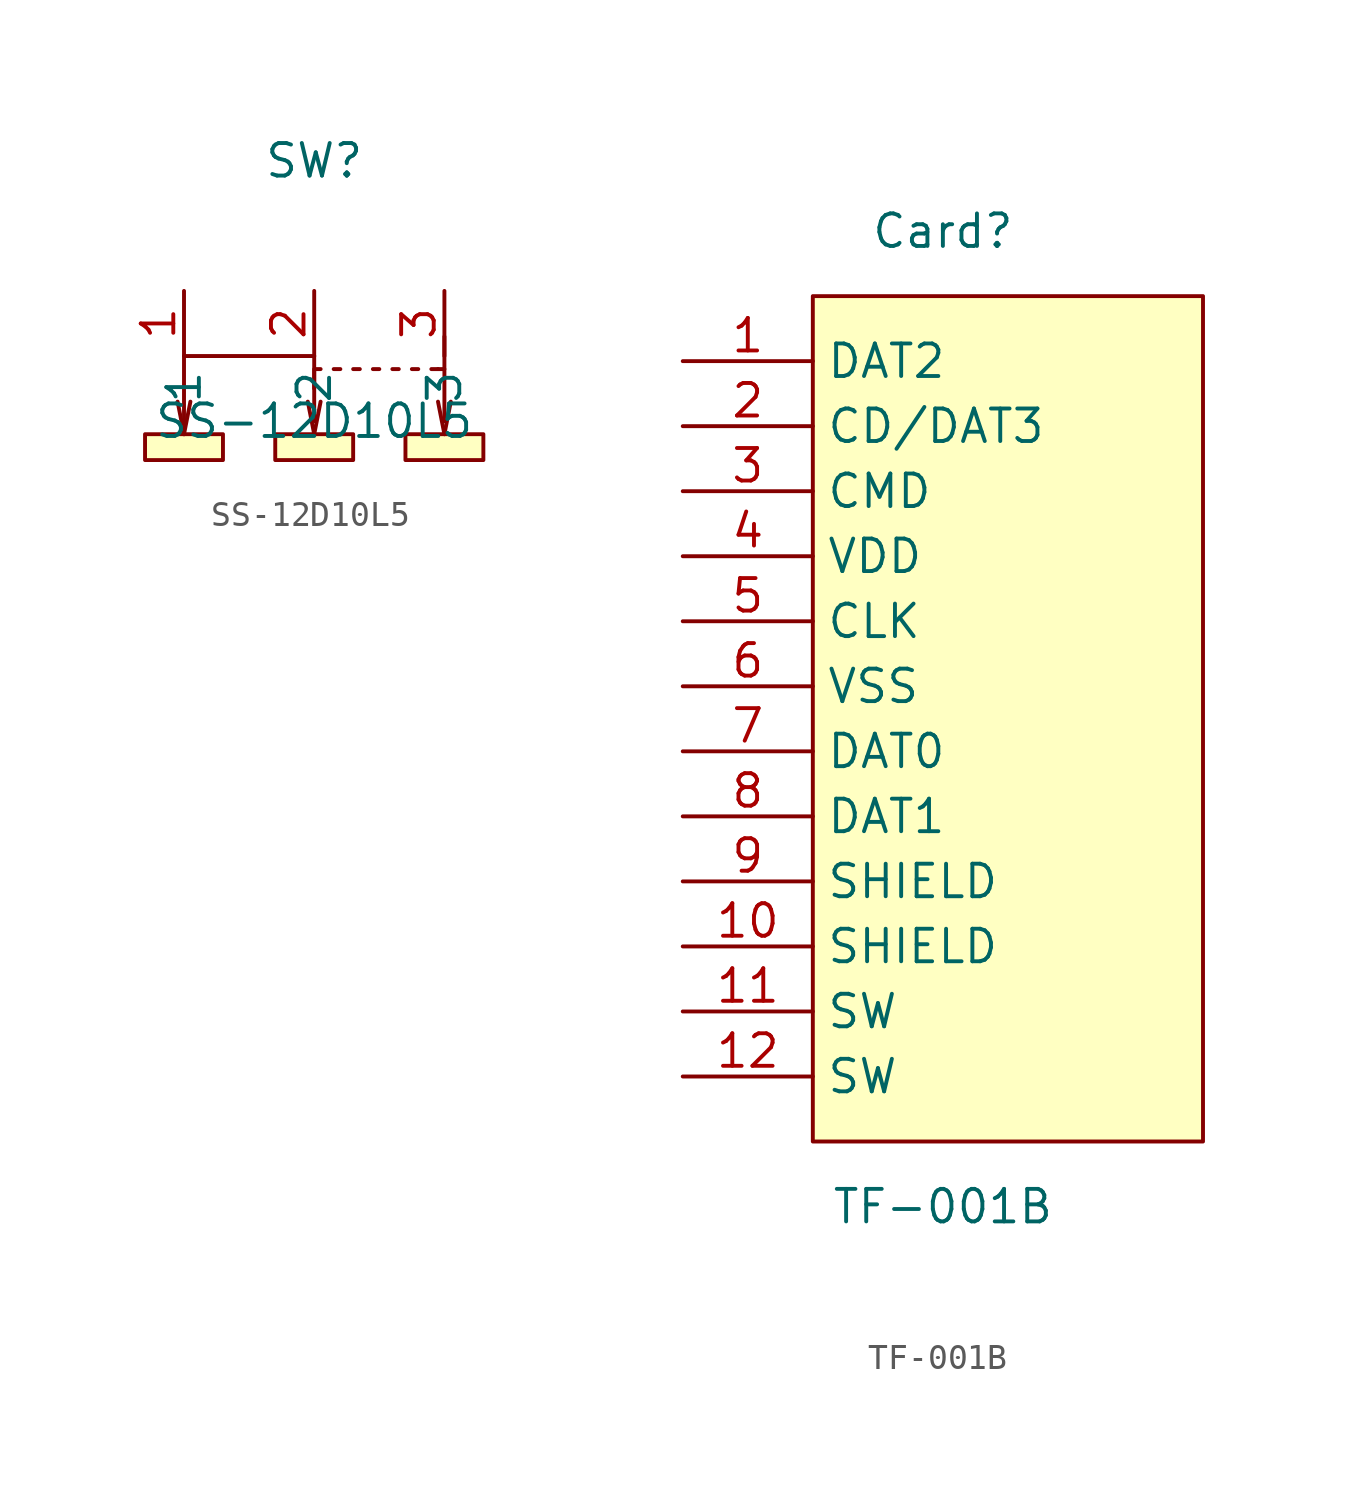
<source format=kicad_sym>
(kicad_symbol_lib
  (version 20241209)
  (generator "kicad_symbol_editor")
  (generator_version "9.0")
  (symbol "SS-12D10L5"
    (property "Reference" "SW"
      (at 0 7.62 0)
      (effects (font (size 1.27 1.27))))
    (property "Value" "SS-12D10L5"
      (at 0 -2.54 0)
      (effects (font (size 1.27 1.27))))
    (symbol "SS-12D10L5_0_1"
      (rectangle (start -6.60 -3.05) (end -3.56 -4.06) (stroke (width 0) (type default) (color 0 0 0 0)) (fill (type background)))
      (rectangle (start -1.52 -3.05) (end 1.52 -4.06) (stroke (width 0) (type default) (color 0 0 0 0)) (fill (type background)))
      (rectangle (start 3.56 -3.05) (end 6.60 -4.06) (stroke (width 0) (type default) (color 0 0 0 0)) (fill (type background)))
      (polyline (pts (xy -5.08 -3.05) (xy -5.08 -0.00) (xy -2.54 -0.00) (xy 0.00 -0.00)) (stroke (width 0) (type default) (color 0 0 0 0)) (fill (type none)))
      (polyline (pts (xy -5.08 -3.05) (xy -5.33 -1.78)) (stroke (width 0) (type default) (color 0 0 0 0)) (fill (type none)))
      (polyline (pts (xy -5.08 -3.05) (xy -4.83 -1.78)) (stroke (width 0) (type default) (color 0 0 0 0)) (fill (type none)))
      (polyline (pts (xy 0.00 -3.05) (xy -0.25 -1.78)) (stroke (width 0) (type default) (color 0 0 0 0)) (fill (type none)))
      (polyline (pts (xy 0.00 -3.05) (xy 0.25 -1.78)) (stroke (width 0) (type default) (color 0 0 0 0)) (fill (type none)))
      (polyline (pts (xy 5.08 -3.05) (xy 4.83 -1.78)) (stroke (width 0) (type default) (color 0 0 0 0)) (fill (type none)))
      (polyline (pts (xy 5.08 -3.05) (xy 5.33 -1.78)) (stroke (width 0) (type default) (color 0 0 0 0)) (fill (type none)))
      (polyline (pts (xy 0.00 -0.00) (xy 0.00 -1.27)) (stroke (width 0) (type default) (color 0 0 0 0)) (fill (type none)))
      (polyline (pts (xy 5.08 0.76) (xy 5.08 -0.51)) (stroke (width 0) (type default) (color 0 0 0 0)) (fill (type none)))
      (polyline (pts (xy 0.00 -2.54) (xy 0.00 -0.51) (xy 0.25 -0.51)) (stroke (width 0) (type default) (color 0 0 0 0)) (fill (type none)))
      (polyline (pts (xy 0.76 -0.51) (xy 1.02 -0.51)) (stroke (width 0) (type default) (color 0 0 0 0)) (fill (type none)))
      (polyline (pts (xy 1.52 -0.51) (xy 1.78 -0.51)) (stroke (width 0) (type default) (color 0 0 0 0)) (fill (type none)))
      (polyline (pts (xy 2.29 -0.51) (xy 2.54 -0.51)) (stroke (width 0) (type default) (color 0 0 0 0)) (fill (type none)))
      (polyline (pts (xy 3.05 -0.51) (xy 3.30 -0.51)) (stroke (width 0) (type default) (color 0 0 0 0)) (fill (type none)))
      (polyline (pts (xy 3.81 -0.51) (xy 4.06 -0.51)) (stroke (width 0) (type default) (color 0 0 0 0)) (fill (type none)))
      (polyline (pts (xy 4.57 -0.51) (xy 4.83 -0.51)) (stroke (width 0) (type default) (color 0 0 0 0)) (fill (type none)))
      (polyline (pts (xy 4.83 -0.51) (xy 5.08 -0.51) (xy 5.08 -2.54)) (stroke (width 0) (type default) (color 0 0 0 0)) (fill (type none)))
      (pin unspecified line (at -5.08 2.54 270) (length 2.54) (name "1" (effects (font (size 1.27 1.27)))) (number "1" (effects (font (size 1.27 1.27)))))
      (pin unspecified line (at 0.00 2.54 270) (length 2.54) (name "2" (effects (font (size 1.27 1.27)))) (number "2" (effects (font (size 1.27 1.27)))))
      (pin unspecified line (at 5.08 2.54 270) (length 2.54) (name "3" (effects (font (size 1.27 1.27)))) (number "3" (effects (font (size 1.27 1.27)))))))
  (symbol "TF-001B"
    (property "Reference" "Card"
      (at 0 19.05 0)
      (effects (font (size 1.27 1.27))))
    (property "Value" "TF-001B"
      (at 0 -19.05 0)
      (effects (font (size 1.27 1.27))))
    (symbol "TF-001B_0_1"
      (rectangle (start -5.08 16.51) (end 10.16 -16.51) (stroke (width 0) (type default)) (fill (type background)))
      (pin unspecified line (at -10.16 13.97 0) (length 5.08) (name "DAT2" (effects (font (size 1.27 1.27)))) (number "1" (effects (font (size 1.27 1.27)))))
      (pin unspecified line (at -10.16 11.43 0) (length 5.08) (name "CD/DAT3" (effects (font (size 1.27 1.27)))) (number "2" (effects (font (size 1.27 1.27)))))
      (pin unspecified line (at -10.16 8.89 0) (length 5.08) (name "CMD" (effects (font (size 1.27 1.27)))) (number "3" (effects (font (size 1.27 1.27)))))
      (pin unspecified line (at -10.16 6.35 0) (length 5.08) (name "VDD" (effects (font (size 1.27 1.27)))) (number "4" (effects (font (size 1.27 1.27)))))
      (pin unspecified line (at -10.16 3.81 0) (length 5.08) (name "CLK" (effects (font (size 1.27 1.27)))) (number "5" (effects (font (size 1.27 1.27)))))
      (pin unspecified line (at -10.16 1.27 0) (length 5.08) (name "VSS" (effects (font (size 1.27 1.27)))) (number "6" (effects (font (size 1.27 1.27)))))
      (pin unspecified line (at -10.16 -1.27 0) (length 5.08) (name "DAT0" (effects (font (size 1.27 1.27)))) (number "7" (effects (font (size 1.27 1.27)))))
      (pin unspecified line (at -10.16 -3.81 0) (length 5.08) (name "DAT1" (effects (font (size 1.27 1.27)))) (number "8" (effects (font (size 1.27 1.27)))))
      (pin unspecified line (at -10.16 -6.35 0) (length 5.08) (name "SHIELD" (effects (font (size 1.27 1.27)))) (number "9" (effects (font (size 1.27 1.27)))))
      (pin unspecified line (at -10.16 -8.89 0) (length 5.08) (name "SHIELD" (effects (font (size 1.27 1.27)))) (number "10" (effects (font (size 1.27 1.27)))))
      (pin unspecified line (at -10.16 -11.43 0) (length 5.08) (name "SW" (effects (font (size 1.27 1.27)))) (number "11" (effects (font (size 1.27 1.27)))))
      (pin unspecified line (at -10.16 -13.97 0) (length 5.08) (name "SW" (effects (font (size 1.27 1.27)))) (number "12" (effects (font (size 1.27 1.27))))))))
</source>
